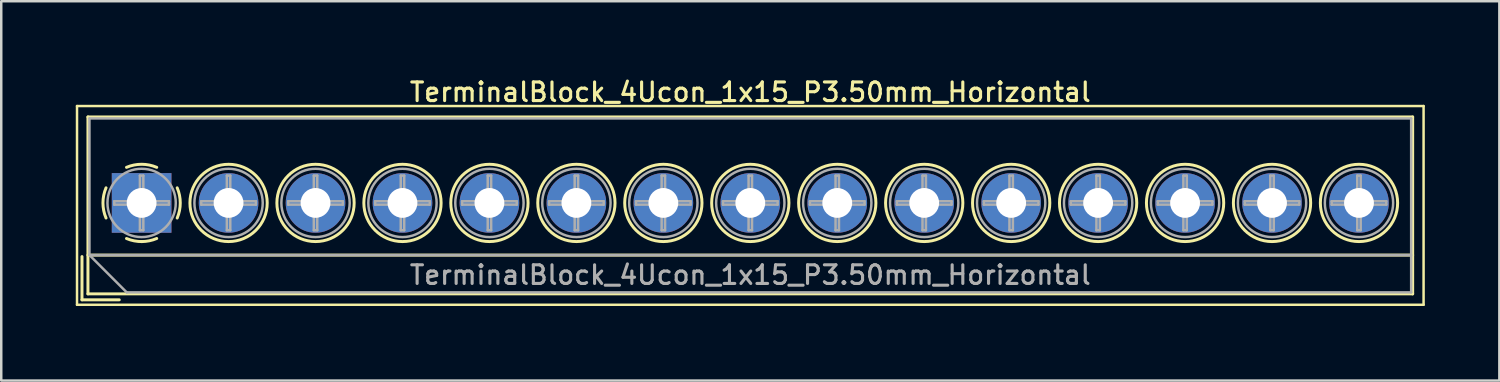
<source format=kicad_pcb>
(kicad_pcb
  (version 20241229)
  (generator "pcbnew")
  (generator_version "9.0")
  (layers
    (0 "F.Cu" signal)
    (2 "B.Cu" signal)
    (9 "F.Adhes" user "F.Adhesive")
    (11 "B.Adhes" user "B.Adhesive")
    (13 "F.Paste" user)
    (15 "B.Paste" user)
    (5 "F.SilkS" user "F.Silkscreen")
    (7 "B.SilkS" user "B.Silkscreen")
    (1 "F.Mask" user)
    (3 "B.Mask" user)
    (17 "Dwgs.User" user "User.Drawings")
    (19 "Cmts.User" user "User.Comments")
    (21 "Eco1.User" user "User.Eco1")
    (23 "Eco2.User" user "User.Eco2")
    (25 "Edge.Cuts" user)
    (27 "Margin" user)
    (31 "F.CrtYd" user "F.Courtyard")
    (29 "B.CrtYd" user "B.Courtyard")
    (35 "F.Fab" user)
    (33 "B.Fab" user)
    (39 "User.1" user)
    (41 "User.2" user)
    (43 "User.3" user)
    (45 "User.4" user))
  (footprint "TerminalBlock_4Ucon_1x15_P3.50mm_Horizontal"
    (layer "F.Cu")
    (at 2.65 5.118)
    (property "Reference" "TerminalBlock_4Ucon_1x15_P3.50mm_Horizontal" (at 24.5 -4.46 0) (layer "F.SilkS") (effects (font (size 0.75 0.75) (thickness 0.125))))
    (attr through_hole)
    (fp_line (start -2.6 -3.9) (end -2.6 4.1) (stroke (width 0.1) (type solid)) (layer "F.SilkS"))
    (fp_line (start -2.6 4.1) (end 51.6 4.1) (stroke (width 0.1) (type solid)) (layer "F.SilkS"))
    (fp_line (start -2.4 2.16) (end -2.4 3.9) (stroke (width 0.12) (type solid)) (layer "F.SilkS"))
    (fp_line (start -2.4 3.9) (end -0.9 3.9) (stroke (width 0.12) (type solid)) (layer "F.SilkS"))
    (fp_line (start -2.16 -3.46) (end -2.16 3.66) (stroke (width 0.12) (type solid)) (layer "F.SilkS"))
    (fp_line (start -2.16 -3.46) (end 51.16 -3.46) (stroke (width 0.12) (type solid)) (layer "F.SilkS"))
    (fp_line (start -2.16 2.1) (end 51.16 2.1) (stroke (width 0.12) (type solid)) (layer "F.SilkS"))
    (fp_line (start -2.16 3.66) (end 51.16 3.66) (stroke (width 0.12) (type solid)) (layer "F.SilkS"))
    (fp_line (start 51.16 -3.46) (end 51.16 3.66) (stroke (width 0.12) (type solid)) (layer "F.SilkS"))
    (fp_line (start 51.6 -3.9) (end -2.6 -3.9) (stroke (width 0.1) (type solid)) (layer "F.SilkS"))
    (fp_line (start 51.6 4.1) (end 51.6 -3.9) (stroke (width 0.1) (type solid)) (layer "F.SilkS"))
    (fp_arc (start -1.432109 0.607742) (mid -1.555727 -0.00014) (end -1.432 -0.608) (stroke (width 0.12) (type solid)) (layer "F.SilkS"))
    (fp_arc (start -0.607742 -1.432109) (mid 0.00014 -1.555727) (end 0.608 -1.432) (stroke (width 0.12) (type solid)) (layer "F.SilkS"))
    (fp_arc (start 0.027011 1.555493) (mid -0.296984 1.527118) (end -0.608 1.432) (stroke (width 0.12) (type solid)) (layer "F.SilkS"))
    (fp_arc (start 0.607587 1.431385) (mid 0.310017 1.523783) (end 0 1.555) (stroke (width 0.12) (type solid)) (layer "F.SilkS"))
    (fp_arc (start 1.432109 -0.607742) (mid 1.555727 0.00014) (end 1.432 0.608) (stroke (width 0.12) (type solid)) (layer "F.SilkS"))
    (fp_circle (center 3.5 0) (end 5.055 0) (stroke (width 0.12) (type solid)) (fill no) (layer "F.SilkS"))
    (fp_circle (center 7 0) (end 8.555 0) (stroke (width 0.12) (type solid)) (fill no) (layer "F.SilkS"))
    (fp_circle (center 10.5 0) (end 12.055 0) (stroke (width 0.12) (type solid)) (fill no) (layer "F.SilkS"))
    (fp_circle (center 14 0) (end 15.555 0) (stroke (width 0.12) (type solid)) (fill no) (layer "F.SilkS"))
    (fp_circle (center 17.5 0) (end 19.055 0) (stroke (width 0.12) (type solid)) (fill no) (layer "F.SilkS"))
    (fp_circle (center 21 0) (end 22.555 0) (stroke (width 0.12) (type solid)) (fill no) (layer "F.SilkS"))
    (fp_circle (center 24.5 0) (end 26.055 0) (stroke (width 0.12) (type solid)) (fill no) (layer "F.SilkS"))
    (fp_circle (center 28 0) (end 29.555 0) (stroke (width 0.12) (type solid)) (fill no) (layer "F.SilkS"))
    (fp_circle (center 31.5 0) (end 33.055 0) (stroke (width 0.12) (type solid)) (fill no) (layer "F.SilkS"))
    (fp_circle (center 35 0) (end 36.555 0) (stroke (width 0.12) (type solid)) (fill no) (layer "F.SilkS"))
    (fp_circle (center 38.5 0) (end 40.055 0) (stroke (width 0.12) (type solid)) (fill no) (layer "F.SilkS"))
    (fp_circle (center 42 0) (end 43.555 0) (stroke (width 0.12) (type solid)) (fill no) (layer "F.SilkS"))
    (fp_circle (center 45.5 0) (end 47.055 0) (stroke (width 0.12) (type solid)) (fill no) (layer "F.SilkS"))
    (fp_circle (center 49 0) (end 50.555 0) (stroke (width 0.12) (type solid)) (fill no) (layer "F.SilkS"))
    (fp_line (start -2.1 -3.4) (end 51.1 -3.4) (stroke (width 0.1) (type solid)) (layer "F.Fab"))
    (fp_line (start -2.1 2.1) (end -2.1 -3.4) (stroke (width 0.1) (type solid)) (layer "F.Fab"))
    (fp_line (start -2.1 2.1) (end 51.1 2.1) (stroke (width 0.1) (type solid)) (layer "F.Fab"))
    (fp_line (start -1.1 -0.069) (end -0.069 -0.069) (stroke (width 0.1) (type solid)) (layer "F.Fab"))
    (fp_line (start -1.1 0.069) (end -1.1 -0.069) (stroke (width 0.1) (type solid)) (layer "F.Fab"))
    (fp_line (start -0.6 3.6) (end -2.1 2.1) (stroke (width 0.1) (type solid)) (layer "F.Fab"))
    (fp_line (start -0.069 -1.1) (end 0.069 -1.1) (stroke (width 0.1) (type solid)) (layer "F.Fab"))
    (fp_line (start -0.069 -0.069) (end -0.069 -1.1) (stroke (width 0.1) (type solid)) (layer "F.Fab"))
    (fp_line (start -0.069 0.069) (end -1.1 0.069) (stroke (width 0.1) (type solid)) (layer "F.Fab"))
    (fp_line (start -0.069 1.1) (end -0.069 0.069) (stroke (width 0.1) (type solid)) (layer "F.Fab"))
    (fp_line (start 0.069 -1.1) (end 0.069 -0.069) (stroke (width 0.1) (type solid)) (layer "F.Fab"))
    (fp_line (start 0.069 -0.069) (end 1.1 -0.069) (stroke (width 0.1) (type solid)) (layer "F.Fab"))
    (fp_line (start 0.069 0.069) (end 0.069 1.1) (stroke (width 0.1) (type solid)) (layer "F.Fab"))
    (fp_line (start 0.069 1.1) (end -0.069 1.1) (stroke (width 0.1) (type solid)) (layer "F.Fab"))
    (fp_line (start 1.1 -0.069) (end 1.1 0.069) (stroke (width 0.1) (type solid)) (layer "F.Fab"))
    (fp_line (start 1.1 0.069) (end 0.069 0.069) (stroke (width 0.1) (type solid)) (layer "F.Fab"))
    (fp_line (start 2.4 -0.069) (end 3.431 -0.069) (stroke (width 0.1) (type solid)) (layer "F.Fab"))
    (fp_line (start 2.4 0.069) (end 2.4 -0.069) (stroke (width 0.1) (type solid)) (layer "F.Fab"))
    (fp_line (start 3.431 -1.1) (end 3.569 -1.1) (stroke (width 0.1) (type solid)) (layer "F.Fab"))
    (fp_line (start 3.431 -0.069) (end 3.431 -1.1) (stroke (width 0.1) (type solid)) (layer "F.Fab"))
    (fp_line (start 3.431 0.069) (end 2.4 0.069) (stroke (width 0.1) (type solid)) (layer "F.Fab"))
    (fp_line (start 3.431 1.1) (end 3.431 0.069) (stroke (width 0.1) (type solid)) (layer "F.Fab"))
    (fp_line (start 3.569 -1.1) (end 3.569 -0.069) (stroke (width 0.1) (type solid)) (layer "F.Fab"))
    (fp_line (start 3.569 -0.069) (end 4.6 -0.069) (stroke (width 0.1) (type solid)) (layer "F.Fab"))
    (fp_line (start 3.569 0.069) (end 3.569 1.1) (stroke (width 0.1) (type solid)) (layer "F.Fab"))
    (fp_line (start 3.569 1.1) (end 3.431 1.1) (stroke (width 0.1) (type solid)) (layer "F.Fab"))
    (fp_line (start 4.6 -0.069) (end 4.6 0.069) (stroke (width 0.1) (type solid)) (layer "F.Fab"))
    (fp_line (start 4.6 0.069) (end 3.569 0.069) (stroke (width 0.1) (type solid)) (layer "F.Fab"))
    (fp_line (start 5.9 -0.069) (end 6.931 -0.069) (stroke (width 0.1) (type solid)) (layer "F.Fab"))
    (fp_line (start 5.9 0.069) (end 5.9 -0.069) (stroke (width 0.1) (type solid)) (layer "F.Fab"))
    (fp_line (start 6.931 -1.1) (end 7.069 -1.1) (stroke (width 0.1) (type solid)) (layer "F.Fab"))
    (fp_line (start 6.931 -0.069) (end 6.931 -1.1) (stroke (width 0.1) (type solid)) (layer "F.Fab"))
    (fp_line (start 6.931 0.069) (end 5.9 0.069) (stroke (width 0.1) (type solid)) (layer "F.Fab"))
    (fp_line (start 6.931 1.1) (end 6.931 0.069) (stroke (width 0.1) (type solid)) (layer "F.Fab"))
    (fp_line (start 7.069 -1.1) (end 7.069 -0.069) (stroke (width 0.1) (type solid)) (layer "F.Fab"))
    (fp_line (start 7.069 -0.069) (end 8.1 -0.069) (stroke (width 0.1) (type solid)) (layer "F.Fab"))
    (fp_line (start 7.069 0.069) (end 7.069 1.1) (stroke (width 0.1) (type solid)) (layer "F.Fab"))
    (fp_line (start 7.069 1.1) (end 6.931 1.1) (stroke (width 0.1) (type solid)) (layer "F.Fab"))
    (fp_line (start 8.1 -0.069) (end 8.1 0.069) (stroke (width 0.1) (type solid)) (layer "F.Fab"))
    (fp_line (start 8.1 0.069) (end 7.069 0.069) (stroke (width 0.1) (type solid)) (layer "F.Fab"))
    (fp_line (start 9.4 -0.069) (end 10.431 -0.069) (stroke (width 0.1) (type solid)) (layer "F.Fab"))
    (fp_line (start 9.4 0.069) (end 9.4 -0.069) (stroke (width 0.1) (type solid)) (layer "F.Fab"))
    (fp_line (start 10.431 -1.1) (end 10.569 -1.1) (stroke (width 0.1) (type solid)) (layer "F.Fab"))
    (fp_line (start 10.431 -0.069) (end 10.431 -1.1) (stroke (width 0.1) (type solid)) (layer "F.Fab"))
    (fp_line (start 10.431 0.069) (end 9.4 0.069) (stroke (width 0.1) (type solid)) (layer "F.Fab"))
    (fp_line (start 10.431 1.1) (end 10.431 0.069) (stroke (width 0.1) (type solid)) (layer "F.Fab"))
    (fp_line (start 10.569 -1.1) (end 10.569 -0.069) (stroke (width 0.1) (type solid)) (layer "F.Fab"))
    (fp_line (start 10.569 -0.069) (end 11.6 -0.069) (stroke (width 0.1) (type solid)) (layer "F.Fab"))
    (fp_line (start 10.569 0.069) (end 10.569 1.1) (stroke (width 0.1) (type solid)) (layer "F.Fab"))
    (fp_line (start 10.569 1.1) (end 10.431 1.1) (stroke (width 0.1) (type solid)) (layer "F.Fab"))
    (fp_line (start 11.6 -0.069) (end 11.6 0.069) (stroke (width 0.1) (type solid)) (layer "F.Fab"))
    (fp_line (start 11.6 0.069) (end 10.569 0.069) (stroke (width 0.1) (type solid)) (layer "F.Fab"))
    (fp_line (start 12.9 -0.069) (end 13.931 -0.069) (stroke (width 0.1) (type solid)) (layer "F.Fab"))
    (fp_line (start 12.9 0.069) (end 12.9 -0.069) (stroke (width 0.1) (type solid)) (layer "F.Fab"))
    (fp_line (start 13.931 -1.1) (end 14.069 -1.1) (stroke (width 0.1) (type solid)) (layer "F.Fab"))
    (fp_line (start 13.931 -0.069) (end 13.931 -1.1) (stroke (width 0.1) (type solid)) (layer "F.Fab"))
    (fp_line (start 13.931 0.069) (end 12.9 0.069) (stroke (width 0.1) (type solid)) (layer "F.Fab"))
    (fp_line (start 13.931 1.1) (end 13.931 0.069) (stroke (width 0.1) (type solid)) (layer "F.Fab"))
    (fp_line (start 14.069 -1.1) (end 14.069 -0.069) (stroke (width 0.1) (type solid)) (layer "F.Fab"))
    (fp_line (start 14.069 -0.069) (end 15.1 -0.069) (stroke (width 0.1) (type solid)) (layer "F.Fab"))
    (fp_line (start 14.069 0.069) (end 14.069 1.1) (stroke (width 0.1) (type solid)) (layer "F.Fab"))
    (fp_line (start 14.069 1.1) (end 13.931 1.1) (stroke (width 0.1) (type solid)) (layer "F.Fab"))
    (fp_line (start 15.1 -0.069) (end 15.1 0.069) (stroke (width 0.1) (type solid)) (layer "F.Fab"))
    (fp_line (start 15.1 0.069) (end 14.069 0.069) (stroke (width 0.1) (type solid)) (layer "F.Fab"))
    (fp_line (start 16.4 -0.069) (end 17.431 -0.069) (stroke (width 0.1) (type solid)) (layer "F.Fab"))
    (fp_line (start 16.4 0.069) (end 16.4 -0.069) (stroke (width 0.1) (type solid)) (layer "F.Fab"))
    (fp_line (start 17.431 -1.1) (end 17.569 -1.1) (stroke (width 0.1) (type solid)) (layer "F.Fab"))
    (fp_line (start 17.431 -0.069) (end 17.431 -1.1) (stroke (width 0.1) (type solid)) (layer "F.Fab"))
    (fp_line (start 17.431 0.069) (end 16.4 0.069) (stroke (width 0.1) (type solid)) (layer "F.Fab"))
    (fp_line (start 17.431 1.1) (end 17.431 0.069) (stroke (width 0.1) (type solid)) (layer "F.Fab"))
    (fp_line (start 17.569 -1.1) (end 17.569 -0.069) (stroke (width 0.1) (type solid)) (layer "F.Fab"))
    (fp_line (start 17.569 -0.069) (end 18.6 -0.069) (stroke (width 0.1) (type solid)) (layer "F.Fab"))
    (fp_line (start 17.569 0.069) (end 17.569 1.1) (stroke (width 0.1) (type solid)) (layer "F.Fab"))
    (fp_line (start 17.569 1.1) (end 17.431 1.1) (stroke (width 0.1) (type solid)) (layer "F.Fab"))
    (fp_line (start 18.6 -0.069) (end 18.6 0.069) (stroke (width 0.1) (type solid)) (layer "F.Fab"))
    (fp_line (start 18.6 0.069) (end 17.569 0.069) (stroke (width 0.1) (type solid)) (layer "F.Fab"))
    (fp_line (start 19.9 -0.069) (end 20.931 -0.069) (stroke (width 0.1) (type solid)) (layer "F.Fab"))
    (fp_line (start 19.9 0.069) (end 19.9 -0.069) (stroke (width 0.1) (type solid)) (layer "F.Fab"))
    (fp_line (start 20.931 -1.1) (end 21.069 -1.1) (stroke (width 0.1) (type solid)) (layer "F.Fab"))
    (fp_line (start 20.931 -0.069) (end 20.931 -1.1) (stroke (width 0.1) (type solid)) (layer "F.Fab"))
    (fp_line (start 20.931 0.069) (end 19.9 0.069) (stroke (width 0.1) (type solid)) (layer "F.Fab"))
    (fp_line (start 20.931 1.1) (end 20.931 0.069) (stroke (width 0.1) (type solid)) (layer "F.Fab"))
    (fp_line (start 21.069 -1.1) (end 21.069 -0.069) (stroke (width 0.1) (type solid)) (layer "F.Fab"))
    (fp_line (start 21.069 -0.069) (end 22.1 -0.069) (stroke (width 0.1) (type solid)) (layer "F.Fab"))
    (fp_line (start 21.069 0.069) (end 21.069 1.1) (stroke (width 0.1) (type solid)) (layer "F.Fab"))
    (fp_line (start 21.069 1.1) (end 20.931 1.1) (stroke (width 0.1) (type solid)) (layer "F.Fab"))
    (fp_line (start 22.1 -0.069) (end 22.1 0.069) (stroke (width 0.1) (type solid)) (layer "F.Fab"))
    (fp_line (start 22.1 0.069) (end 21.069 0.069) (stroke (width 0.1) (type solid)) (layer "F.Fab"))
    (fp_line (start 23.4 -0.069) (end 24.431 -0.069) (stroke (width 0.1) (type solid)) (layer "F.Fab"))
    (fp_line (start 23.4 0.069) (end 23.4 -0.069) (stroke (width 0.1) (type solid)) (layer "F.Fab"))
    (fp_line (start 24.431 -1.1) (end 24.569 -1.1) (stroke (width 0.1) (type solid)) (layer "F.Fab"))
    (fp_line (start 24.431 -0.069) (end 24.431 -1.1) (stroke (width 0.1) (type solid)) (layer "F.Fab"))
    (fp_line (start 24.431 0.069) (end 23.4 0.069) (stroke (width 0.1) (type solid)) (layer "F.Fab"))
    (fp_line (start 24.431 1.1) (end 24.431 0.069) (stroke (width 0.1) (type solid)) (layer "F.Fab"))
    (fp_line (start 24.569 -1.1) (end 24.569 -0.069) (stroke (width 0.1) (type solid)) (layer "F.Fab"))
    (fp_line (start 24.569 -0.069) (end 25.6 -0.069) (stroke (width 0.1) (type solid)) (layer "F.Fab"))
    (fp_line (start 24.569 0.069) (end 24.569 1.1) (stroke (width 0.1) (type solid)) (layer "F.Fab"))
    (fp_line (start 24.569 1.1) (end 24.431 1.1) (stroke (width 0.1) (type solid)) (layer "F.Fab"))
    (fp_line (start 25.6 -0.069) (end 25.6 0.069) (stroke (width 0.1) (type solid)) (layer "F.Fab"))
    (fp_line (start 25.6 0.069) (end 24.569 0.069) (stroke (width 0.1) (type solid)) (layer "F.Fab"))
    (fp_line (start 26.9 -0.069) (end 27.931 -0.069) (stroke (width 0.1) (type solid)) (layer "F.Fab"))
    (fp_line (start 26.9 0.069) (end 26.9 -0.069) (stroke (width 0.1) (type solid)) (layer "F.Fab"))
    (fp_line (start 27.931 -1.1) (end 28.069 -1.1) (stroke (width 0.1) (type solid)) (layer "F.Fab"))
    (fp_line (start 27.931 -0.069) (end 27.931 -1.1) (stroke (width 0.1) (type solid)) (layer "F.Fab"))
    (fp_line (start 27.931 0.069) (end 26.9 0.069) (stroke (width 0.1) (type solid)) (layer "F.Fab"))
    (fp_line (start 27.931 1.1) (end 27.931 0.069) (stroke (width 0.1) (type solid)) (layer "F.Fab"))
    (fp_line (start 28.069 -1.1) (end 28.069 -0.069) (stroke (width 0.1) (type solid)) (layer "F.Fab"))
    (fp_line (start 28.069 -0.069) (end 29.1 -0.069) (stroke (width 0.1) (type solid)) (layer "F.Fab"))
    (fp_line (start 28.069 0.069) (end 28.069 1.1) (stroke (width 0.1) (type solid)) (layer "F.Fab"))
    (fp_line (start 28.069 1.1) (end 27.931 1.1) (stroke (width 0.1) (type solid)) (layer "F.Fab"))
    (fp_line (start 29.1 -0.069) (end 29.1 0.069) (stroke (width 0.1) (type solid)) (layer "F.Fab"))
    (fp_line (start 29.1 0.069) (end 28.069 0.069) (stroke (width 0.1) (type solid)) (layer "F.Fab"))
    (fp_line (start 30.4 -0.069) (end 31.431 -0.069) (stroke (width 0.1) (type solid)) (layer "F.Fab"))
    (fp_line (start 30.4 0.069) (end 30.4 -0.069) (stroke (width 0.1) (type solid)) (layer "F.Fab"))
    (fp_line (start 31.431 -1.1) (end 31.569 -1.1) (stroke (width 0.1) (type solid)) (layer "F.Fab"))
    (fp_line (start 31.431 -0.069) (end 31.431 -1.1) (stroke (width 0.1) (type solid)) (layer "F.Fab"))
    (fp_line (start 31.431 0.069) (end 30.4 0.069) (stroke (width 0.1) (type solid)) (layer "F.Fab"))
    (fp_line (start 31.431 1.1) (end 31.431 0.069) (stroke (width 0.1) (type solid)) (layer "F.Fab"))
    (fp_line (start 31.569 -1.1) (end 31.569 -0.069) (stroke (width 0.1) (type solid)) (layer "F.Fab"))
    (fp_line (start 31.569 -0.069) (end 32.6 -0.069) (stroke (width 0.1) (type solid)) (layer "F.Fab"))
    (fp_line (start 31.569 0.069) (end 31.569 1.1) (stroke (width 0.1) (type solid)) (layer "F.Fab"))
    (fp_line (start 31.569 1.1) (end 31.431 1.1) (stroke (width 0.1) (type solid)) (layer "F.Fab"))
    (fp_line (start 32.6 -0.069) (end 32.6 0.069) (stroke (width 0.1) (type solid)) (layer "F.Fab"))
    (fp_line (start 32.6 0.069) (end 31.569 0.069) (stroke (width 0.1) (type solid)) (layer "F.Fab"))
    (fp_line (start 33.9 -0.069) (end 34.931 -0.069) (stroke (width 0.1) (type solid)) (layer "F.Fab"))
    (fp_line (start 33.9 0.069) (end 33.9 -0.069) (stroke (width 0.1) (type solid)) (layer "F.Fab"))
    (fp_line (start 34.931 -1.1) (end 35.069 -1.1) (stroke (width 0.1) (type solid)) (layer "F.Fab"))
    (fp_line (start 34.931 -0.069) (end 34.931 -1.1) (stroke (width 0.1) (type solid)) (layer "F.Fab"))
    (fp_line (start 34.931 0.069) (end 33.9 0.069) (stroke (width 0.1) (type solid)) (layer "F.Fab"))
    (fp_line (start 34.931 1.1) (end 34.931 0.069) (stroke (width 0.1) (type solid)) (layer "F.Fab"))
    (fp_line (start 35.069 -1.1) (end 35.069 -0.069) (stroke (width 0.1) (type solid)) (layer "F.Fab"))
    (fp_line (start 35.069 -0.069) (end 36.1 -0.069) (stroke (width 0.1) (type solid)) (layer "F.Fab"))
    (fp_line (start 35.069 0.069) (end 35.069 1.1) (stroke (width 0.1) (type solid)) (layer "F.Fab"))
    (fp_line (start 35.069 1.1) (end 34.931 1.1) (stroke (width 0.1) (type solid)) (layer "F.Fab"))
    (fp_line (start 36.1 -0.069) (end 36.1 0.069) (stroke (width 0.1) (type solid)) (layer "F.Fab"))
    (fp_line (start 36.1 0.069) (end 35.069 0.069) (stroke (width 0.1) (type solid)) (layer "F.Fab"))
    (fp_line (start 37.4 -0.069) (end 38.431 -0.069) (stroke (width 0.1) (type solid)) (layer "F.Fab"))
    (fp_line (start 37.4 0.069) (end 37.4 -0.069) (stroke (width 0.1) (type solid)) (layer "F.Fab"))
    (fp_line (start 38.431 -1.1) (end 38.569 -1.1) (stroke (width 0.1) (type solid)) (layer "F.Fab"))
    (fp_line (start 38.431 -0.069) (end 38.431 -1.1) (stroke (width 0.1) (type solid)) (layer "F.Fab"))
    (fp_line (start 38.431 0.069) (end 37.4 0.069) (stroke (width 0.1) (type solid)) (layer "F.Fab"))
    (fp_line (start 38.431 1.1) (end 38.431 0.069) (stroke (width 0.1) (type solid)) (layer "F.Fab"))
    (fp_line (start 38.569 -1.1) (end 38.569 -0.069) (stroke (width 0.1) (type solid)) (layer "F.Fab"))
    (fp_line (start 38.569 -0.069) (end 39.6 -0.069) (stroke (width 0.1) (type solid)) (layer "F.Fab"))
    (fp_line (start 38.569 0.069) (end 38.569 1.1) (stroke (width 0.1) (type solid)) (layer "F.Fab"))
    (fp_line (start 38.569 1.1) (end 38.431 1.1) (stroke (width 0.1) (type solid)) (layer "F.Fab"))
    (fp_line (start 39.6 -0.069) (end 39.6 0.069) (stroke (width 0.1) (type solid)) (layer "F.Fab"))
    (fp_line (start 39.6 0.069) (end 38.569 0.069) (stroke (width 0.1) (type solid)) (layer "F.Fab"))
    (fp_line (start 40.9 -0.069) (end 41.931 -0.069) (stroke (width 0.1) (type solid)) (layer "F.Fab"))
    (fp_line (start 40.9 0.069) (end 40.9 -0.069) (stroke (width 0.1) (type solid)) (layer "F.Fab"))
    (fp_line (start 41.931 -1.1) (end 42.069 -1.1) (stroke (width 0.1) (type solid)) (layer "F.Fab"))
    (fp_line (start 41.931 -0.069) (end 41.931 -1.1) (stroke (width 0.1) (type solid)) (layer "F.Fab"))
    (fp_line (start 41.931 0.069) (end 40.9 0.069) (stroke (width 0.1) (type solid)) (layer "F.Fab"))
    (fp_line (start 41.931 1.1) (end 41.931 0.069) (stroke (width 0.1) (type solid)) (layer "F.Fab"))
    (fp_line (start 42.069 -1.1) (end 42.069 -0.069) (stroke (width 0.1) (type solid)) (layer "F.Fab"))
    (fp_line (start 42.069 -0.069) (end 43.1 -0.069) (stroke (width 0.1) (type solid)) (layer "F.Fab"))
    (fp_line (start 42.069 0.069) (end 42.069 1.1) (stroke (width 0.1) (type solid)) (layer "F.Fab"))
    (fp_line (start 42.069 1.1) (end 41.931 1.1) (stroke (width 0.1) (type solid)) (layer "F.Fab"))
    (fp_line (start 43.1 -0.069) (end 43.1 0.069) (stroke (width 0.1) (type solid)) (layer "F.Fab"))
    (fp_line (start 43.1 0.069) (end 42.069 0.069) (stroke (width 0.1) (type solid)) (layer "F.Fab"))
    (fp_line (start 44.4 -0.069) (end 45.431 -0.069) (stroke (width 0.1) (type solid)) (layer "F.Fab"))
    (fp_line (start 44.4 0.069) (end 44.4 -0.069) (stroke (width 0.1) (type solid)) (layer "F.Fab"))
    (fp_line (start 45.431 -1.1) (end 45.569 -1.1) (stroke (width 0.1) (type solid)) (layer "F.Fab"))
    (fp_line (start 45.431 -0.069) (end 45.431 -1.1) (stroke (width 0.1) (type solid)) (layer "F.Fab"))
    (fp_line (start 45.431 0.069) (end 44.4 0.069) (stroke (width 0.1) (type solid)) (layer "F.Fab"))
    (fp_line (start 45.431 1.1) (end 45.431 0.069) (stroke (width 0.1) (type solid)) (layer "F.Fab"))
    (fp_line (start 45.569 -1.1) (end 45.569 -0.069) (stroke (width 0.1) (type solid)) (layer "F.Fab"))
    (fp_line (start 45.569 -0.069) (end 46.6 -0.069) (stroke (width 0.1) (type solid)) (layer "F.Fab"))
    (fp_line (start 45.569 0.069) (end 45.569 1.1) (stroke (width 0.1) (type solid)) (layer "F.Fab"))
    (fp_line (start 45.569 1.1) (end 45.431 1.1) (stroke (width 0.1) (type solid)) (layer "F.Fab"))
    (fp_line (start 46.6 -0.069) (end 46.6 0.069) (stroke (width 0.1) (type solid)) (layer "F.Fab"))
    (fp_line (start 46.6 0.069) (end 45.569 0.069) (stroke (width 0.1) (type solid)) (layer "F.Fab"))
    (fp_line (start 47.9 -0.069) (end 48.931 -0.069) (stroke (width 0.1) (type solid)) (layer "F.Fab"))
    (fp_line (start 47.9 0.069) (end 47.9 -0.069) (stroke (width 0.1) (type solid)) (layer "F.Fab"))
    (fp_line (start 48.931 -1.1) (end 49.069 -1.1) (stroke (width 0.1) (type solid)) (layer "F.Fab"))
    (fp_line (start 48.931 -0.069) (end 48.931 -1.1) (stroke (width 0.1) (type solid)) (layer "F.Fab"))
    (fp_line (start 48.931 0.069) (end 47.9 0.069) (stroke (width 0.1) (type solid)) (layer "F.Fab"))
    (fp_line (start 48.931 1.1) (end 48.931 0.069) (stroke (width 0.1) (type solid)) (layer "F.Fab"))
    (fp_line (start 49.069 -1.1) (end 49.069 -0.069) (stroke (width 0.1) (type solid)) (layer "F.Fab"))
    (fp_line (start 49.069 -0.069) (end 50.1 -0.069) (stroke (width 0.1) (type solid)) (layer "F.Fab"))
    (fp_line (start 49.069 0.069) (end 49.069 1.1) (stroke (width 0.1) (type solid)) (layer "F.Fab"))
    (fp_line (start 49.069 1.1) (end 48.931 1.1) (stroke (width 0.1) (type solid)) (layer "F.Fab"))
    (fp_line (start 50.1 -0.069) (end 50.1 0.069) (stroke (width 0.1) (type solid)) (layer "F.Fab"))
    (fp_line (start 50.1 0.069) (end 49.069 0.069) (stroke (width 0.1) (type solid)) (layer "F.Fab"))
    (fp_line (start 51.1 -3.4) (end 51.1 3.6) (stroke (width 0.1) (type solid)) (layer "F.Fab"))
    (fp_line (start 51.1 3.6) (end -0.6 3.6) (stroke (width 0.1) (type solid)) (layer "F.Fab"))
    (fp_circle (center 0 0) (end 1.375 0) (stroke (width 0.1) (type solid)) (fill no) (layer "F.Fab"))
    (fp_circle (center 3.5 0) (end 4.875 0) (stroke (width 0.1) (type solid)) (fill no) (layer "F.Fab"))
    (fp_circle (center 7 0) (end 8.375 0) (stroke (width 0.1) (type solid)) (fill no) (layer "F.Fab"))
    (fp_circle (center 10.5 0) (end 11.875 0) (stroke (width 0.1) (type solid)) (fill no) (layer "F.Fab"))
    (fp_circle (center 14 0) (end 15.375 0) (stroke (width 0.1) (type solid)) (fill no) (layer "F.Fab"))
    (fp_circle (center 17.5 0) (end 18.875 0) (stroke (width 0.1) (type solid)) (fill no) (layer "F.Fab"))
    (fp_circle (center 21 0) (end 22.375 0) (stroke (width 0.1) (type solid)) (fill no) (layer "F.Fab"))
    (fp_circle (center 24.5 0) (end 25.875 0) (stroke (width 0.1) (type solid)) (fill no) (layer "F.Fab"))
    (fp_circle (center 28 0) (end 29.375 0) (stroke (width 0.1) (type solid)) (fill no) (layer "F.Fab"))
    (fp_circle (center 31.5 0) (end 32.875 0) (stroke (width 0.1) (type solid)) (fill no) (layer "F.Fab"))
    (fp_circle (center 35 0) (end 36.375 0) (stroke (width 0.1) (type solid)) (fill no) (layer "F.Fab"))
    (fp_circle (center 38.5 0) (end 39.875 0) (stroke (width 0.1) (type solid)) (fill no) (layer "F.Fab"))
    (fp_circle (center 42 0) (end 43.375 0) (stroke (width 0.1) (type solid)) (fill no) (layer "F.Fab"))
    (fp_circle (center 45.5 0) (end 46.875 0) (stroke (width 0.1) (type solid)) (fill no) (layer "F.Fab"))
    (fp_circle (center 49 0) (end 50.375 0) (stroke (width 0.1) (type solid)) (fill no) (layer "F.Fab"))
    (fp_text user "${REFERENCE}" (at 24.5 2.9 0) (layer "F.Fab") (effects (font (size 0.75 0.75) (thickness 0.125))))
    (pad "1" thru_hole rect (at 0 0) (size 2.4 2.4) (drill 1.2) (layers "*.Cu" "*.Mask"))
    (pad "2" thru_hole circle (at 3.5 0) (size 2.4 2.4) (drill 1.2) (layers "*.Cu" "*.Mask"))
    (pad "3" thru_hole circle (at 7 0) (size 2.4 2.4) (drill 1.2) (layers "*.Cu" "*.Mask"))
    (pad "4" thru_hole circle (at 10.5 0) (size 2.4 2.4) (drill 1.2) (layers "*.Cu" "*.Mask"))
    (pad "5" thru_hole circle (at 14 0) (size 2.4 2.4) (drill 1.2) (layers "*.Cu" "*.Mask"))
    (pad "6" thru_hole circle (at 17.5 0) (size 2.4 2.4) (drill 1.2) (layers "*.Cu" "*.Mask"))
    (pad "7" thru_hole circle (at 21 0) (size 2.4 2.4) (drill 1.2) (layers "*.Cu" "*.Mask"))
    (pad "8" thru_hole circle (at 24.5 0) (size 2.4 2.4) (drill 1.2) (layers "*.Cu" "*.Mask"))
    (pad "9" thru_hole circle (at 28 0) (size 2.4 2.4) (drill 1.2) (layers "*.Cu" "*.Mask"))
    (pad "10" thru_hole circle (at 31.5 0) (size 2.4 2.4) (drill 1.2) (layers "*.Cu" "*.Mask"))
    (pad "11" thru_hole circle (at 35 0) (size 2.4 2.4) (drill 1.2) (layers "*.Cu" "*.Mask"))
    (pad "12" thru_hole circle (at 38.5 0) (size 2.4 2.4) (drill 1.2) (layers "*.Cu" "*.Mask"))
    (pad "13" thru_hole circle (at 42 0) (size 2.4 2.4) (drill 1.2) (layers "*.Cu" "*.Mask"))
    (pad "14" thru_hole circle (at 45.5 0) (size 2.4 2.4) (drill 1.2) (layers "*.Cu" "*.Mask"))
    (pad "15" thru_hole circle (at 49 0) (size 2.4 2.4) (drill 1.2) (layers "*.Cu" "*.Mask")))
  (gr_rect
    (start -3 -3)
    (end 57.3 12.268)
    (stroke (width 0.1) (type default))
    (fill no)
    (layer "Edge.Cuts")))
</source>
